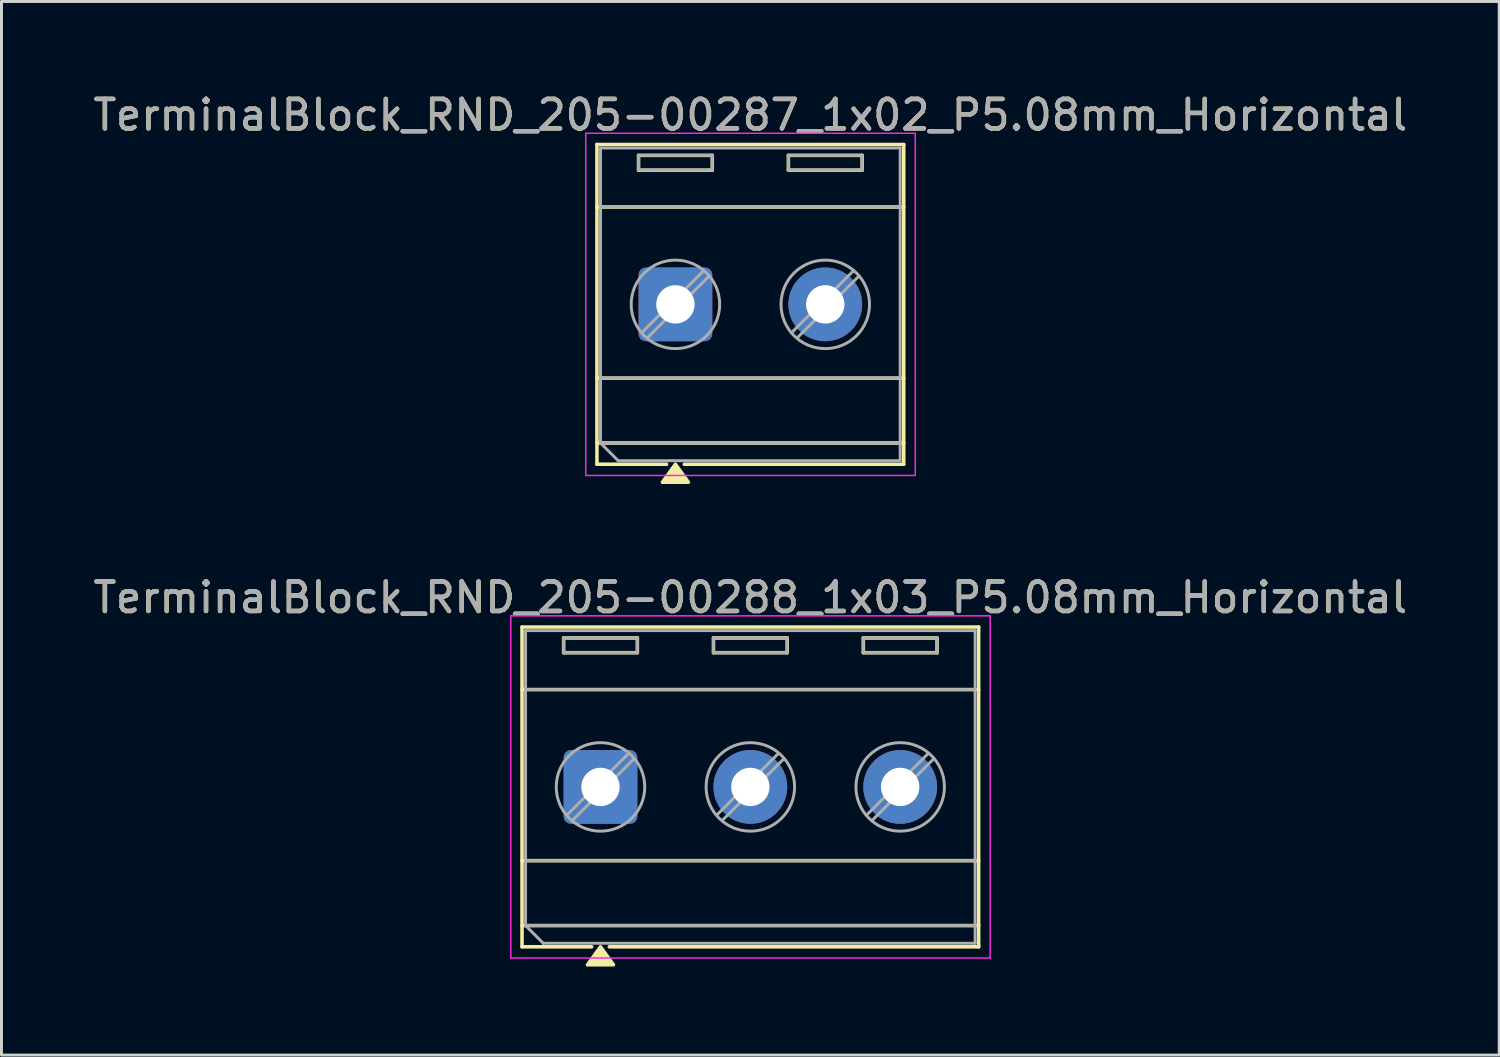
<source format=kicad_pcb>
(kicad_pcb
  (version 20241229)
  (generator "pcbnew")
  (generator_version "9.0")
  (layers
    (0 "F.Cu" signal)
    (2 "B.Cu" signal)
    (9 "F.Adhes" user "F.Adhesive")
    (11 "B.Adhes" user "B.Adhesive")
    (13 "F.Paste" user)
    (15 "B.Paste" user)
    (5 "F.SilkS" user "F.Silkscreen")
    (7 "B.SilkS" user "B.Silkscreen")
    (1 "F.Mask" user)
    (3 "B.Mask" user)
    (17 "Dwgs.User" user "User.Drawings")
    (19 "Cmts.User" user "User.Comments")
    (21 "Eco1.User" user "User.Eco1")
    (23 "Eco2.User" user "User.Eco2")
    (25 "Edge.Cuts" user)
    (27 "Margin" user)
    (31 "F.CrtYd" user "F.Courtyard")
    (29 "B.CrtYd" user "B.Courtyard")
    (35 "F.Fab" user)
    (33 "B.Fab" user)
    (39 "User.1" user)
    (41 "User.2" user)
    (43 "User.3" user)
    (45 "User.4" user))
  (footprint "TerminalBlock_RND_205-00287_1x02_P5.08mm_Horizontal"
    (layer "F.Cu")
    (at 19.847 7.268)
    (property "Reference" "TerminalBlock_RND_205-00287_1x02_P5.08mm_Horizontal" (at 2.54 -6.42 0) (layer "F.SilkS") (effects (font (size 1 1) (thickness 0.15))))
    (attr through_hole)
    (fp_line (start -2.66 -5.42) (end 7.74 -5.42) (stroke (width 0.12) (type solid)) (layer "F.SilkS"))
    (fp_line (start -2.66 -3.3) (end 7.74 -3.3) (stroke (width 0.12) (type solid)) (layer "F.SilkS"))
    (fp_line (start -2.66 2.5) (end 7.74 2.5) (stroke (width 0.12) (type solid)) (layer "F.SilkS"))
    (fp_line (start -2.66 4.7) (end 7.74 4.7) (stroke (width 0.12) (type solid)) (layer "F.SilkS"))
    (fp_line (start -2.66 5.42) (end -2.66 -5.42) (stroke (width 0.12) (type solid)) (layer "F.SilkS"))
    (fp_line (start -1.25 -5.05) (end 1.25 -5.05) (stroke (width 0.12) (type solid)) (layer "F.SilkS"))
    (fp_line (start -1.25 -4.55) (end -1.25 -5.05) (stroke (width 0.12) (type solid)) (layer "F.SilkS"))
    (fp_line (start -0.3 5.42) (end -2.66 5.42) (stroke (width 0.12) (type solid)) (layer "F.SilkS"))
    (fp_line (start 1.25 -5.05) (end 1.25 -4.55) (stroke (width 0.12) (type solid)) (layer "F.SilkS"))
    (fp_line (start 1.25 -4.55) (end -1.25 -4.55) (stroke (width 0.12) (type solid)) (layer "F.SilkS"))
    (fp_line (start 3.83 -5.05) (end 6.33 -5.05) (stroke (width 0.12) (type solid)) (layer "F.SilkS"))
    (fp_line (start 3.83 -4.55) (end 3.83 -5.05) (stroke (width 0.12) (type solid)) (layer "F.SilkS"))
    (fp_line (start 6.33 -5.05) (end 6.33 -4.55) (stroke (width 0.12) (type solid)) (layer "F.SilkS"))
    (fp_line (start 6.33 -4.55) (end 3.83 -4.55) (stroke (width 0.12) (type solid)) (layer "F.SilkS"))
    (fp_line (start 7.74 -5.42) (end 7.74 5.42) (stroke (width 0.12) (type solid)) (layer "F.SilkS"))
    (fp_line (start 7.74 5.42) (end 0.3 5.42) (stroke (width 0.12) (type solid)) (layer "F.SilkS"))
    (fp_poly (pts (xy 0 5.42) (xy 0.44 6.03) (xy -0.44 6.03)) (stroke (width 0.12) (type solid)) (fill yes) (layer "F.SilkS"))
    (fp_line (start -3.04 -5.8) (end -3.04 5.8) (stroke (width 0.05) (type solid)) (layer "F.CrtYd"))
    (fp_line (start -3.04 5.8) (end 8.13 5.8) (stroke (width 0.05) (type solid)) (layer "F.CrtYd"))
    (fp_line (start 8.13 -5.8) (end -3.04 -5.8) (stroke (width 0.05) (type solid)) (layer "F.CrtYd"))
    (fp_line (start 8.13 5.8) (end 8.13 -5.8) (stroke (width 0.05) (type solid)) (layer "F.CrtYd"))
    (fp_line (start -2.54 -5.3) (end 7.62 -5.3) (stroke (width 0.1) (type solid)) (layer "F.Fab"))
    (fp_line (start -2.54 -3.3) (end 7.62 -3.3) (stroke (width 0.1) (type solid)) (layer "F.Fab"))
    (fp_line (start -2.54 2.5) (end 7.62 2.5) (stroke (width 0.1) (type solid)) (layer "F.Fab"))
    (fp_line (start -2.54 4.7) (end -2.54 -5.3) (stroke (width 0.1) (type solid)) (layer "F.Fab"))
    (fp_line (start -2.54 4.7) (end 7.62 4.7) (stroke (width 0.1) (type solid)) (layer "F.Fab"))
    (fp_line (start -1.94 5.3) (end -2.54 4.7) (stroke (width 0.1) (type solid)) (layer "F.Fab"))
    (fp_line (start -1.25 -5.05) (end -1.25 -4.55) (stroke (width 0.1) (type solid)) (layer "F.Fab"))
    (fp_line (start -1.25 -4.55) (end 1.25 -4.55) (stroke (width 0.1) (type solid)) (layer "F.Fab"))
    (fp_line (start 0.955 -1.138) (end -1.138 0.955) (stroke (width 0.1) (type solid)) (layer "F.Fab"))
    (fp_line (start 1.138 -0.955) (end -0.955 1.138) (stroke (width 0.1) (type solid)) (layer "F.Fab"))
    (fp_line (start 1.25 -5.05) (end -1.25 -5.05) (stroke (width 0.1) (type solid)) (layer "F.Fab"))
    (fp_line (start 1.25 -4.55) (end 1.25 -5.05) (stroke (width 0.1) (type solid)) (layer "F.Fab"))
    (fp_line (start 3.83 -5.05) (end 3.83 -4.55) (stroke (width 0.1) (type solid)) (layer "F.Fab"))
    (fp_line (start 3.83 -4.55) (end 6.33 -4.55) (stroke (width 0.1) (type solid)) (layer "F.Fab"))
    (fp_line (start 6.035 -1.138) (end 3.942 0.955) (stroke (width 0.1) (type solid)) (layer "F.Fab"))
    (fp_line (start 6.218 -0.955) (end 4.125 1.138) (stroke (width 0.1) (type solid)) (layer "F.Fab"))
    (fp_line (start 6.33 -5.05) (end 3.83 -5.05) (stroke (width 0.1) (type solid)) (layer "F.Fab"))
    (fp_line (start 6.33 -4.55) (end 6.33 -5.05) (stroke (width 0.1) (type solid)) (layer "F.Fab"))
    (fp_line (start 7.62 -5.3) (end 7.62 5.3) (stroke (width 0.1) (type solid)) (layer "F.Fab"))
    (fp_line (start 7.62 5.3) (end -1.94 5.3) (stroke (width 0.1) (type solid)) (layer "F.Fab"))
    (fp_circle (center 0 0) (end 1.5 0) (stroke (width 0.1) (type solid)) (fill no) (layer "F.Fab"))
    (fp_circle (center 5.08 0) (end 6.58 0) (stroke (width 0.1) (type solid)) (fill no) (layer "F.Fab"))
    (fp_text user "${REFERENCE}" (at 2.54 -6.42 0) (layer "F.Fab") (effects (font (size 1 1) (thickness 0.15))))
    (pad "1" thru_hole roundrect (at 0 0) (size 2.5 2.5) (drill 1.3) (layers "*.Cu" "*.Mask") (roundrect_rratio 0.1))
    (pad "2" thru_hole circle (at 5.08 0) (size 2.5 2.5) (drill 1.3) (layers "*.Cu" "*.Mask")))
  (footprint "TerminalBlock_RND_205-00288_1x03_P5.08mm_Horizontal"
    (layer "F.Cu")
    (at 17.307 23.627)
    (property "Reference" "TerminalBlock_RND_205-00288_1x03_P5.08mm_Horizontal" (at 5.08 -6.42 0) (layer "F.SilkS") (effects (font (size 1 1) (thickness 0.15))))
    (attr through_hole)
    (fp_line (start -2.66 -5.42) (end 12.82 -5.42) (stroke (width 0.12) (type solid)) (layer "F.SilkS"))
    (fp_line (start -2.66 -3.3) (end 12.82 -3.3) (stroke (width 0.12) (type solid)) (layer "F.SilkS"))
    (fp_line (start -2.66 2.5) (end 12.82 2.5) (stroke (width 0.12) (type solid)) (layer "F.SilkS"))
    (fp_line (start -2.66 4.7) (end 12.82 4.7) (stroke (width 0.12) (type solid)) (layer "F.SilkS"))
    (fp_line (start -2.66 5.42) (end -2.66 -5.42) (stroke (width 0.12) (type solid)) (layer "F.SilkS"))
    (fp_line (start -1.25 -5.05) (end 1.25 -5.05) (stroke (width 0.12) (type solid)) (layer "F.SilkS"))
    (fp_line (start -1.25 -4.55) (end -1.25 -5.05) (stroke (width 0.12) (type solid)) (layer "F.SilkS"))
    (fp_line (start -0.3 5.42) (end -2.66 5.42) (stroke (width 0.12) (type solid)) (layer "F.SilkS"))
    (fp_line (start 1.25 -5.05) (end 1.25 -4.55) (stroke (width 0.12) (type solid)) (layer "F.SilkS"))
    (fp_line (start 1.25 -4.55) (end -1.25 -4.55) (stroke (width 0.12) (type solid)) (layer "F.SilkS"))
    (fp_line (start 3.83 -5.05) (end 6.33 -5.05) (stroke (width 0.12) (type solid)) (layer "F.SilkS"))
    (fp_line (start 3.83 -4.55) (end 3.83 -5.05) (stroke (width 0.12) (type solid)) (layer "F.SilkS"))
    (fp_line (start 6.33 -5.05) (end 6.33 -4.55) (stroke (width 0.12) (type solid)) (layer "F.SilkS"))
    (fp_line (start 6.33 -4.55) (end 3.83 -4.55) (stroke (width 0.12) (type solid)) (layer "F.SilkS"))
    (fp_line (start 8.91 -5.05) (end 11.41 -5.05) (stroke (width 0.12) (type solid)) (layer "F.SilkS"))
    (fp_line (start 8.91 -4.55) (end 8.91 -5.05) (stroke (width 0.12) (type solid)) (layer "F.SilkS"))
    (fp_line (start 11.41 -5.05) (end 11.41 -4.55) (stroke (width 0.12) (type solid)) (layer "F.SilkS"))
    (fp_line (start 11.41 -4.55) (end 8.91 -4.55) (stroke (width 0.12) (type solid)) (layer "F.SilkS"))
    (fp_line (start 12.82 -5.42) (end 12.82 5.42) (stroke (width 0.12) (type solid)) (layer "F.SilkS"))
    (fp_line (start 12.82 5.42) (end 0.3 5.42) (stroke (width 0.12) (type solid)) (layer "F.SilkS"))
    (fp_poly (pts (xy 0 5.42) (xy 0.44 6.03) (xy -0.44 6.03)) (stroke (width 0.12) (type solid)) (fill yes) (layer "F.SilkS"))
    (fp_line (start -3.04 -5.8) (end -3.04 5.8) (stroke (width 0.05) (type solid)) (layer "F.CrtYd"))
    (fp_line (start -3.04 5.8) (end 13.21 5.8) (stroke (width 0.05) (type solid)) (layer "F.CrtYd"))
    (fp_line (start 13.21 -5.8) (end -3.04 -5.8) (stroke (width 0.05) (type solid)) (layer "F.CrtYd"))
    (fp_line (start 13.21 5.8) (end 13.21 -5.8) (stroke (width 0.05) (type solid)) (layer "F.CrtYd"))
    (fp_line (start -2.54 -5.3) (end 12.7 -5.3) (stroke (width 0.1) (type solid)) (layer "F.Fab"))
    (fp_line (start -2.54 -3.3) (end 12.7 -3.3) (stroke (width 0.1) (type solid)) (layer "F.Fab"))
    (fp_line (start -2.54 2.5) (end 12.7 2.5) (stroke (width 0.1) (type solid)) (layer "F.Fab"))
    (fp_line (start -2.54 4.7) (end -2.54 -5.3) (stroke (width 0.1) (type solid)) (layer "F.Fab"))
    (fp_line (start -2.54 4.7) (end 12.7 4.7) (stroke (width 0.1) (type solid)) (layer "F.Fab"))
    (fp_line (start -1.94 5.3) (end -2.54 4.7) (stroke (width 0.1) (type solid)) (layer "F.Fab"))
    (fp_line (start -1.25 -5.05) (end -1.25 -4.55) (stroke (width 0.1) (type solid)) (layer "F.Fab"))
    (fp_line (start -1.25 -4.55) (end 1.25 -4.55) (stroke (width 0.1) (type solid)) (layer "F.Fab"))
    (fp_line (start 0.955 -1.138) (end -1.138 0.955) (stroke (width 0.1) (type solid)) (layer "F.Fab"))
    (fp_line (start 1.138 -0.955) (end -0.955 1.138) (stroke (width 0.1) (type solid)) (layer "F.Fab"))
    (fp_line (start 1.25 -5.05) (end -1.25 -5.05) (stroke (width 0.1) (type solid)) (layer "F.Fab"))
    (fp_line (start 1.25 -4.55) (end 1.25 -5.05) (stroke (width 0.1) (type solid)) (layer "F.Fab"))
    (fp_line (start 3.83 -5.05) (end 3.83 -4.55) (stroke (width 0.1) (type solid)) (layer "F.Fab"))
    (fp_line (start 3.83 -4.55) (end 6.33 -4.55) (stroke (width 0.1) (type solid)) (layer "F.Fab"))
    (fp_line (start 6.035 -1.138) (end 3.942 0.955) (stroke (width 0.1) (type solid)) (layer "F.Fab"))
    (fp_line (start 6.218 -0.955) (end 4.125 1.138) (stroke (width 0.1) (type solid)) (layer "F.Fab"))
    (fp_line (start 6.33 -5.05) (end 3.83 -5.05) (stroke (width 0.1) (type solid)) (layer "F.Fab"))
    (fp_line (start 6.33 -4.55) (end 6.33 -5.05) (stroke (width 0.1) (type solid)) (layer "F.Fab"))
    (fp_line (start 8.91 -5.05) (end 8.91 -4.55) (stroke (width 0.1) (type solid)) (layer "F.Fab"))
    (fp_line (start 8.91 -4.55) (end 11.41 -4.55) (stroke (width 0.1) (type solid)) (layer "F.Fab"))
    (fp_line (start 11.115 -1.138) (end 9.022 0.955) (stroke (width 0.1) (type solid)) (layer "F.Fab"))
    (fp_line (start 11.298 -0.955) (end 9.205 1.138) (stroke (width 0.1) (type solid)) (layer "F.Fab"))
    (fp_line (start 11.41 -5.05) (end 8.91 -5.05) (stroke (width 0.1) (type solid)) (layer "F.Fab"))
    (fp_line (start 11.41 -4.55) (end 11.41 -5.05) (stroke (width 0.1) (type solid)) (layer "F.Fab"))
    (fp_line (start 12.7 -5.3) (end 12.7 5.3) (stroke (width 0.1) (type solid)) (layer "F.Fab"))
    (fp_line (start 12.7 5.3) (end -1.94 5.3) (stroke (width 0.1) (type solid)) (layer "F.Fab"))
    (fp_circle (center 0 0) (end 1.5 0) (stroke (width 0.1) (type solid)) (fill no) (layer "F.Fab"))
    (fp_circle (center 5.08 0) (end 6.58 0) (stroke (width 0.1) (type solid)) (fill no) (layer "F.Fab"))
    (fp_circle (center 10.16 0) (end 11.66 0) (stroke (width 0.1) (type solid)) (fill no) (layer "F.Fab"))
    (fp_text user "${REFERENCE}" (at 5.08 -6.42 0) (layer "F.Fab") (effects (font (size 1 1) (thickness 0.15))))
    (pad "1" thru_hole roundrect (at 0 0) (size 2.5 2.5) (drill 1.3) (layers "*.Cu" "*.Mask") (roundrect_rratio 0.1))
    (pad "2" thru_hole circle (at 5.08 0) (size 2.5 2.5) (drill 1.3) (layers "*.Cu" "*.Mask"))
    (pad "3" thru_hole circle (at 10.16 0) (size 2.5 2.5) (drill 1.3) (layers "*.Cu" "*.Mask")))
  (gr_rect
    (start -3 -3)
    (end 47.774 32.717)
    (stroke (width 0.1) (type default))
    (fill no)
    (layer "Edge.Cuts")))
</source>
